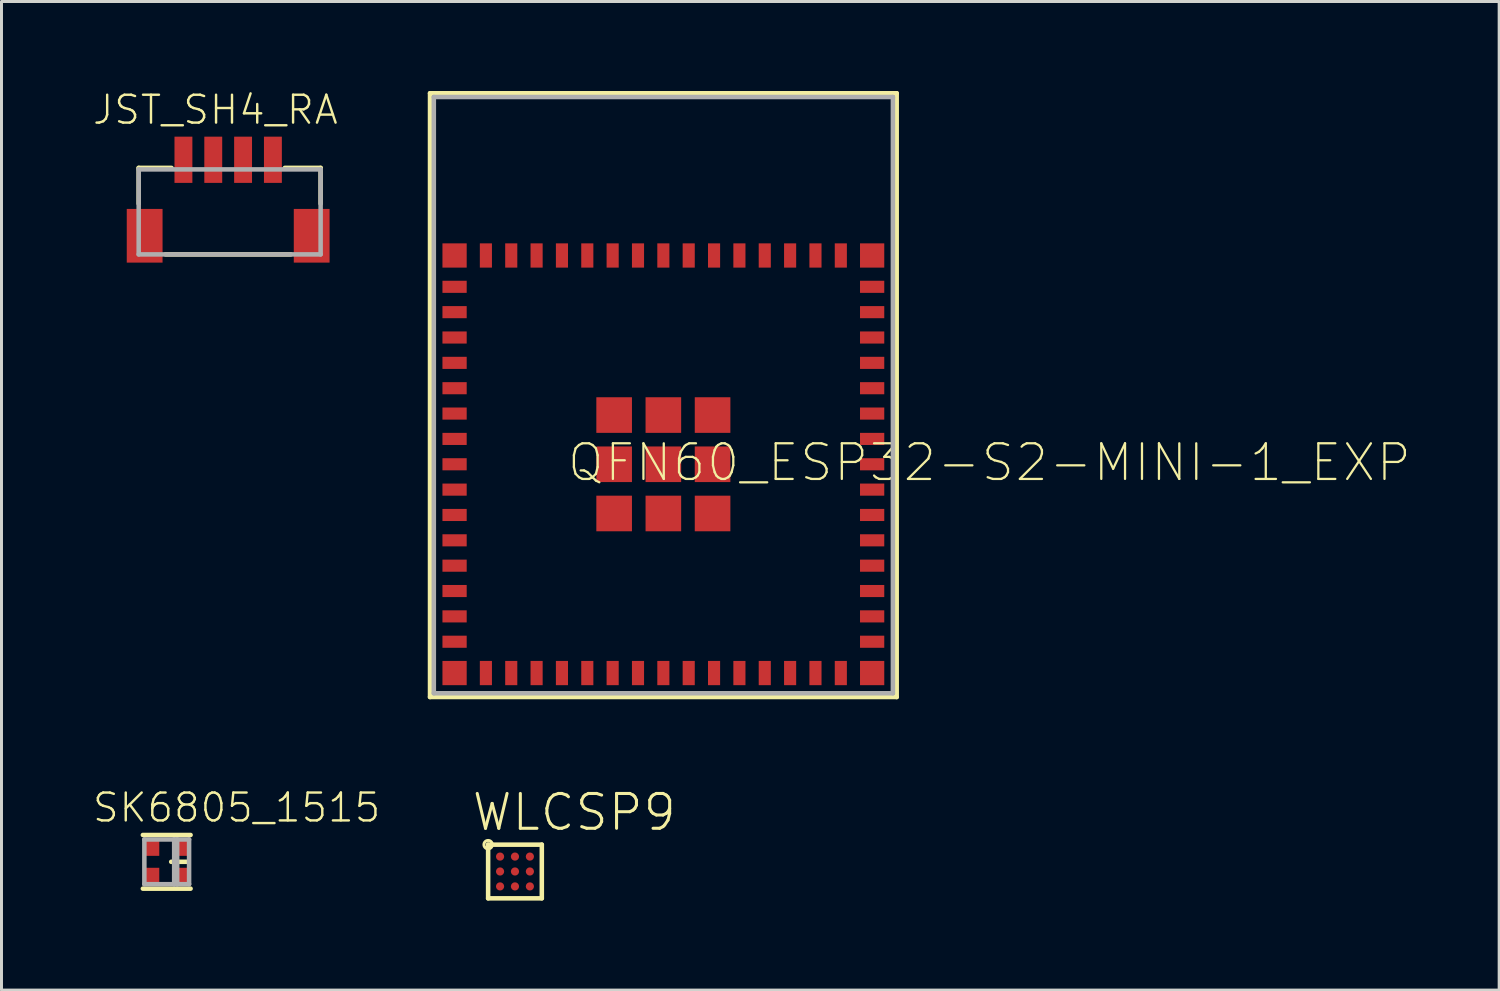
<source format=kicad_pcb>
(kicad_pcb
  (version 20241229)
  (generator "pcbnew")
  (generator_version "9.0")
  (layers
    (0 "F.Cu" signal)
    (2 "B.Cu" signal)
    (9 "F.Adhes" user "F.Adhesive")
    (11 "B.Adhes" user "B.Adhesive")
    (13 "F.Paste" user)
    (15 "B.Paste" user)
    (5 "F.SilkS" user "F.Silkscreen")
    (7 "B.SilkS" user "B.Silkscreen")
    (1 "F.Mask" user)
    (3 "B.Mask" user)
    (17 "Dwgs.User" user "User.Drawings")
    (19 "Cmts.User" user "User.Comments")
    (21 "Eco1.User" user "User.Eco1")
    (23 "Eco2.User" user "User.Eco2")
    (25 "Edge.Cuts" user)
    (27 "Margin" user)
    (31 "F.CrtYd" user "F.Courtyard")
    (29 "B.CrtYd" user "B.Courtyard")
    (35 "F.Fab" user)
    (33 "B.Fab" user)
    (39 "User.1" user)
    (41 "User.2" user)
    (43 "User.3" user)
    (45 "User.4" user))
  (footprint "SK6805_1515"
    (layer "F.Cu")
    (at 2.54 25.845)
    (property "Reference" "SK6805_1515" (at -2.54 -1.27 0) (unlocked yes) (layer "F.SilkS") (effects (font (size 0.935 0.935) (thickness 0.081)) (justify left bottom)))
    (fp_line (start -0.8 -0.9) (end 0.8 -0.9) (stroke (width 0.152) (type solid)) (layer "F.SilkS"))
    (fp_line (start -0.8 0.9) (end 0.8 0.9) (stroke (width 0.152) (type solid)) (layer "F.SilkS"))
    (fp_line (start 0.7 0) (end 0.15 0) (stroke (width 0.152) (type solid)) (layer "F.SilkS"))
    (fp_line (start -0.75 -0.75) (end 0.25 -0.75) (stroke (width 0.152) (type solid)) (layer "F.Fab"))
    (fp_line (start -0.75 0.75) (end -0.75 -0.75) (stroke (width 0.152) (type solid)) (layer "F.Fab"))
    (fp_line (start 0.25 -0.75) (end 0.25 0.75) (stroke (width 0.152) (type solid)) (layer "F.Fab"))
    (fp_line (start 0.25 0.75) (end -0.75 0.75) (stroke (width 0.152) (type solid)) (layer "F.Fab"))
    (fp_line (start 0.25 0.75) (end 0.35 0.75) (stroke (width 0.152) (type solid)) (layer "F.Fab"))
    (fp_line (start 0.35 -0.75) (end 0.25 -0.75) (stroke (width 0.152) (type solid)) (layer "F.Fab"))
    (fp_line (start 0.35 -0.75) (end 0.75 -0.75) (stroke (width 0.152) (type solid)) (layer "F.Fab"))
    (fp_line (start 0.35 0.75) (end 0.35 -0.75) (stroke (width 0.152) (type solid)) (layer "F.Fab"))
    (fp_line (start 0.75 -0.75) (end 0.75 0.75) (stroke (width 0.152) (type solid)) (layer "F.Fab"))
    (fp_line (start 0.75 0.75) (end 0.35 0.75) (stroke (width 0.152) (type solid)) (layer "F.Fab"))
    (pad "1" smd rect (at -0.5 0.45) (size 0.5 0.5) (layers "F.Cu" "F.Mask" "F.Paste"))
    (pad "2" smd rect (at 0.5 0.45) (size 0.5 0.5) (layers "F.Cu" "F.Mask" "F.Paste"))
    (pad "3" smd rect (at 0.5 -0.45) (size 0.5 0.5) (layers "F.Cu" "F.Mask" "F.Paste"))
    (pad "4" smd rect (at -0.5 -0.45) (size 0.5 0.5) (layers "F.Cu" "F.Mask" "F.Paste")))
  (footprint "WLCSP9"
    (layer "F.Cu")
    (at 14.216 26.169)
    (property "Reference" "WLCSP9" (at -1.5 -1.3 0) (unlocked yes) (layer "F.SilkS") (effects (font (size 1.168 1.168) (thickness 0.102)) (justify left bottom)))
    (fp_line (start -0.9 -0.9) (end 0.9 -0.9) (stroke (width 0.152) (type solid)) (layer "F.SilkS"))
    (fp_line (start -0.9 0.9) (end -0.9 -0.9) (stroke (width 0.152) (type solid)) (layer "F.SilkS"))
    (fp_line (start 0.9 -0.9) (end 0.9 0.9) (stroke (width 0.152) (type solid)) (layer "F.SilkS"))
    (fp_line (start 0.9 0.9) (end -0.9 0.9) (stroke (width 0.152) (type solid)) (layer "F.SilkS"))
    (fp_circle (center -0.9 -0.9) (end -0.759 -0.9) (stroke (width 0.1) (type solid)) (fill no) (layer "F.SilkS"))
    (pad "A1" smd roundrect (at -0.5 -0.5) (size 0.275 0.275) (layers "F.Cu" "F.Mask" "F.Paste") (roundrect_rratio 0.5))
    (pad "A2" smd roundrect (at 0 -0.5) (size 0.275 0.275) (layers "F.Cu" "F.Mask" "F.Paste") (roundrect_rratio 0.5))
    (pad "A3" smd roundrect (at 0.5 -0.5) (size 0.275 0.275) (layers "F.Cu" "F.Mask" "F.Paste") (roundrect_rratio 0.5))
    (pad "B1" smd roundrect (at -0.5 0) (size 0.275 0.275) (layers "F.Cu" "F.Mask" "F.Paste") (roundrect_rratio 0.5))
    (pad "B2" smd roundrect (at 0 0) (size 0.275 0.275) (layers "F.Cu" "F.Mask" "F.Paste") (roundrect_rratio 0.5))
    (pad "B3" smd roundrect (at 0.5 0) (size 0.275 0.275) (layers "F.Cu" "F.Mask" "F.Paste") (roundrect_rratio 0.5))
    (pad "C1" smd roundrect (at -0.5 0.5) (size 0.275 0.275) (layers "F.Cu" "F.Mask" "F.Paste") (roundrect_rratio 0.5))
    (pad "C2" smd roundrect (at 0 0.5) (size 0.275 0.275) (layers "F.Cu" "F.Mask" "F.Paste") (roundrect_rratio 0.5))
    (pad "C3" smd roundrect (at 0.5 0.5) (size 0.275 0.275) (layers "F.Cu" "F.Mask" "F.Paste") (roundrect_rratio 0.5)))
  (footprint "JST_SH4_RA"
    (layer "F.Cu")
    (at 4.6 3.993)
    (property "Reference" "JST_SH4_RA" (at -4.6 -2.814 0) (unlocked yes) (layer "F.SilkS") (effects (font (size 0.935 0.935) (thickness 0.081)) (justify left bottom)))
    (fp_line (start -3 -1.414) (end -1.9 -1.414) (stroke (width 0.152) (type solid)) (layer "F.SilkS"))
    (fp_line (start -3 -0.214) (end -3 -1.414) (stroke (width 0.152) (type solid)) (layer "F.SilkS"))
    (fp_line (start -2.1 1.486) (end 2.1 1.486) (stroke (width 0.152) (type solid)) (layer "F.SilkS"))
    (fp_line (start 1.9 -1.414) (end 3.1 -1.414) (stroke (width 0.152) (type solid)) (layer "F.SilkS"))
    (fp_line (start 3.1 -1.414) (end 3.1 -0.214) (stroke (width 0.152) (type solid)) (layer "F.SilkS"))
    (fp_line (start -3 -1.364) (end 3.1 -1.364) (stroke (width 0.152) (type solid)) (layer "F.Fab"))
    (fp_line (start -3 1.486) (end -3 -1.364) (stroke (width 0.152) (type solid)) (layer "F.Fab"))
    (fp_line (start 3.1 -1.364) (end 3.1 1.486) (stroke (width 0.152) (type solid)) (layer "F.Fab"))
    (fp_line (start 3.1 1.486) (end -3 1.486) (stroke (width 0.152) (type solid)) (layer "F.Fab"))
    (pad "1" smd rect (at 1.5 -1.686 270) (size 1.55 0.6) (layers "F.Cu" "F.Mask" "F.Paste"))
    (pad "2" smd rect (at 0.5 -1.686 270) (size 1.55 0.6) (layers "F.Cu" "F.Mask" "F.Paste"))
    (pad "3" smd rect (at -0.5 -1.686 270) (size 1.55 0.6) (layers "F.Cu" "F.Mask" "F.Paste"))
    (pad "4" smd rect (at -1.5 -1.686 270) (size 1.55 0.6) (layers "F.Cu" "F.Mask" "F.Paste"))
    (pad "MT1" smd rect (at -2.8 0.862 90) (size 1.8 1.2) (layers "F.Cu" "F.Mask" "F.Paste"))
    (pad "MT2" smd rect (at 2.8 0.862 90) (size 1.8 1.2) (layers "F.Cu" "F.Mask" "F.Paste")))
  (footprint "QFN60_ESP32-S2-MINI-1_EXP"
    (layer "F.Cu")
    (at 19.191 10.211)
    (property "Reference" "QFN60_ESP32-S2-MINI-1_EXP" (at -3.277 2.946 0) (unlocked yes) (layer "F.SilkS") (effects (font (size 1.194 1.194) (thickness 0.076)) (justify left bottom)))
    (fp_line (start -7.823 -10.135) (end -7.823 10.109) (stroke (width 0.152) (type solid)) (layer "F.SilkS"))
    (fp_line (start -7.823 10.109) (end 7.823 10.109) (stroke (width 0.152) (type solid)) (layer "F.SilkS"))
    (fp_line (start 7.823 -10.135) (end -7.823 -10.135) (stroke (width 0.152) (type solid)) (layer "F.SilkS"))
    (fp_line (start 7.823 10.109) (end 7.823 -10.135) (stroke (width 0.152) (type solid)) (layer "F.SilkS"))
    (fp_line (start -7.696 -10.008) (end -7.696 9.982) (stroke (width 0.152) (type solid)) (layer "F.Fab"))
    (fp_line (start -7.696 9.982) (end 7.696 9.982) (stroke (width 0.152) (type solid)) (layer "F.Fab"))
    (fp_line (start 7.696 -10.008) (end -7.696 -10.008) (stroke (width 0.152) (type solid)) (layer "F.Fab"))
    (fp_line (start 7.696 9.982) (end 7.696 -10.008) (stroke (width 0.152) (type solid)) (layer "F.Fab"))
    (pad "1" smd rect (at -7 -3.645) (size 0.813 0.406) (layers "F.Cu" "F.Mask" "F.Paste"))
    (pad "2" smd rect (at -7 -2.795) (size 0.813 0.406) (layers "F.Cu" "F.Mask" "F.Paste"))
    (pad "3" smd rect (at -7 -1.945) (size 0.813 0.406) (layers "F.Cu" "F.Mask" "F.Paste"))
    (pad "4" smd rect (at -7 -1.095) (size 0.813 0.406) (layers "F.Cu" "F.Mask" "F.Paste"))
    (pad "5" smd rect (at -7 -0.245) (size 0.813 0.406) (layers "F.Cu" "F.Mask" "F.Paste"))
    (pad "6" smd rect (at -7 0.605) (size 0.813 0.406) (layers "F.Cu" "F.Mask" "F.Paste"))
    (pad "7" smd rect (at -7 1.455) (size 0.813 0.406) (layers "F.Cu" "F.Mask" "F.Paste"))
    (pad "8" smd rect (at -7 2.305) (size 0.813 0.406) (layers "F.Cu" "F.Mask" "F.Paste"))
    (pad "9" smd rect (at -7 3.155) (size 0.813 0.406) (layers "F.Cu" "F.Mask" "F.Paste"))
    (pad "10" smd rect (at -7 4.005) (size 0.813 0.406) (layers "F.Cu" "F.Mask" "F.Paste"))
    (pad "11" smd rect (at -7 4.855) (size 0.813 0.406) (layers "F.Cu" "F.Mask" "F.Paste"))
    (pad "12" smd rect (at -7 5.705) (size 0.813 0.406) (layers "F.Cu" "F.Mask" "F.Paste"))
    (pad "13" smd rect (at -7 6.555) (size 0.813 0.406) (layers "F.Cu" "F.Mask" "F.Paste"))
    (pad "14" smd rect (at -7 7.405) (size 0.813 0.406) (layers "F.Cu" "F.Mask" "F.Paste"))
    (pad "15" smd rect (at -7 8.255) (size 0.813 0.406) (layers "F.Cu" "F.Mask" "F.Paste"))
    (pad "16" smd rect (at -5.95 9.305 90) (size 0.813 0.406) (layers "F.Cu" "F.Mask" "F.Paste"))
    (pad "17" smd rect (at -5.1 9.305 90) (size 0.813 0.406) (layers "F.Cu" "F.Mask" "F.Paste"))
    (pad "18" smd rect (at -4.25 9.305 90) (size 0.813 0.406) (layers "F.Cu" "F.Mask" "F.Paste"))
    (pad "19" smd rect (at -3.4 9.305 90) (size 0.813 0.406) (layers "F.Cu" "F.Mask" "F.Paste"))
    (pad "20" smd rect (at -2.55 9.305 90) (size 0.813 0.406) (layers "F.Cu" "F.Mask" "F.Paste"))
    (pad "21" smd rect (at -1.7 9.305 90) (size 0.813 0.406) (layers "F.Cu" "F.Mask" "F.Paste"))
    (pad "22" smd rect (at -0.85 9.305 90) (size 0.813 0.406) (layers "F.Cu" "F.Mask" "F.Paste"))
    (pad "23" smd rect (at 0 9.305 90) (size 0.813 0.406) (layers "F.Cu" "F.Mask" "F.Paste"))
    (pad "24" smd rect (at 0.85 9.305 90) (size 0.813 0.406) (layers "F.Cu" "F.Mask" "F.Paste"))
    (pad "25" smd rect (at 1.7 9.305 90) (size 0.813 0.406) (layers "F.Cu" "F.Mask" "F.Paste"))
    (pad "26" smd rect (at 2.55 9.305 90) (size 0.813 0.406) (layers "F.Cu" "F.Mask" "F.Paste"))
    (pad "27" smd rect (at 3.4 9.305 90) (size 0.813 0.406) (layers "F.Cu" "F.Mask" "F.Paste"))
    (pad "28" smd rect (at 4.25 9.305 90) (size 0.813 0.406) (layers "F.Cu" "F.Mask" "F.Paste"))
    (pad "29" smd rect (at 5.1 9.305 90) (size 0.813 0.406) (layers "F.Cu" "F.Mask" "F.Paste"))
    (pad "30" smd rect (at 5.95 9.305 90) (size 0.813 0.406) (layers "F.Cu" "F.Mask" "F.Paste"))
    (pad "31" smd rect (at 7 8.255) (size 0.813 0.406) (layers "F.Cu" "F.Mask" "F.Paste"))
    (pad "32" smd rect (at 7 7.405) (size 0.813 0.406) (layers "F.Cu" "F.Mask" "F.Paste"))
    (pad "33" smd rect (at 7 6.555) (size 0.813 0.406) (layers "F.Cu" "F.Mask" "F.Paste"))
    (pad "34" smd rect (at 7 5.705) (size 0.813 0.406) (layers "F.Cu" "F.Mask" "F.Paste"))
    (pad "35" smd rect (at 7 4.855) (size 0.813 0.406) (layers "F.Cu" "F.Mask" "F.Paste"))
    (pad "36" smd rect (at 7 4.005) (size 0.813 0.406) (layers "F.Cu" "F.Mask" "F.Paste"))
    (pad "37" smd rect (at 7 3.155) (size 0.813 0.406) (layers "F.Cu" "F.Mask" "F.Paste"))
    (pad "38" smd rect (at 7 2.305) (size 0.813 0.406) (layers "F.Cu" "F.Mask" "F.Paste"))
    (pad "39" smd rect (at 7 1.455) (size 0.813 0.406) (layers "F.Cu" "F.Mask" "F.Paste"))
    (pad "40" smd rect (at 7 0.605) (size 0.813 0.406) (layers "F.Cu" "F.Mask" "F.Paste"))
    (pad "41" smd rect (at 7 -0.245) (size 0.813 0.406) (layers "F.Cu" "F.Mask" "F.Paste"))
    (pad "42" smd rect (at 7 -1.095) (size 0.813 0.406) (layers "F.Cu" "F.Mask" "F.Paste"))
    (pad "43" smd rect (at 7 -1.945) (size 0.813 0.406) (layers "F.Cu" "F.Mask" "F.Paste"))
    (pad "44" smd rect (at 7 -2.795) (size 0.813 0.406) (layers "F.Cu" "F.Mask" "F.Paste"))
    (pad "45" smd rect (at 7 -3.645) (size 0.813 0.406) (layers "F.Cu" "F.Mask" "F.Paste"))
    (pad "46" smd rect (at 5.95 -4.695 90) (size 0.813 0.406) (layers "F.Cu" "F.Mask" "F.Paste"))
    (pad "47" smd rect (at 5.1 -4.695 90) (size 0.813 0.406) (layers "F.Cu" "F.Mask" "F.Paste"))
    (pad "48" smd rect (at 4.25 -4.695 90) (size 0.813 0.406) (layers "F.Cu" "F.Mask" "F.Paste"))
    (pad "49" smd rect (at 3.4 -4.695 90) (size 0.813 0.406) (layers "F.Cu" "F.Mask" "F.Paste"))
    (pad "50" smd rect (at 2.55 -4.695 90) (size 0.813 0.406) (layers "F.Cu" "F.Mask" "F.Paste"))
    (pad "51" smd rect (at 1.7 -4.695 90) (size 0.813 0.406) (layers "F.Cu" "F.Mask" "F.Paste"))
    (pad "52" smd rect (at 0.85 -4.695 90) (size 0.813 0.406) (layers "F.Cu" "F.Mask" "F.Paste"))
    (pad "53" smd rect (at 0 -4.695 90) (size 0.813 0.406) (layers "F.Cu" "F.Mask" "F.Paste"))
    (pad "54" smd rect (at -0.85 -4.695 90) (size 0.813 0.406) (layers "F.Cu" "F.Mask" "F.Paste"))
    (pad "55" smd rect (at -1.7 -4.695 90) (size 0.813 0.406) (layers "F.Cu" "F.Mask" "F.Paste"))
    (pad "56" smd rect (at -2.55 -4.695 90) (size 0.813 0.406) (layers "F.Cu" "F.Mask" "F.Paste"))
    (pad "57" smd rect (at -3.4 -4.695 90) (size 0.813 0.406) (layers "F.Cu" "F.Mask" "F.Paste"))
    (pad "58" smd rect (at -4.25 -4.695 90) (size 0.813 0.406) (layers "F.Cu" "F.Mask" "F.Paste"))
    (pad "59" smd rect (at -5.1 -4.695 90) (size 0.813 0.406) (layers "F.Cu" "F.Mask" "F.Paste"))
    (pad "60" smd rect (at -5.95 -4.695 90) (size 0.813 0.406) (layers "F.Cu" "F.Mask" "F.Paste"))
    (pad "61" smd rect (at 0 2.305) (size 1.194 1.194) (layers "F.Cu" "F.Mask" "F.Paste"))
    (pad "62" smd rect (at -7 -4.695 90) (size 0.813 0.813) (layers "F.Cu" "F.Mask" "F.Paste"))
    (pad "63" smd rect (at -7 9.305 90) (size 0.813 0.813) (layers "F.Cu" "F.Mask" "F.Paste"))
    (pad "64" smd rect (at 7 9.305 90) (size 0.813 0.813) (layers "F.Cu" "F.Mask" "F.Paste"))
    (pad "65" smd rect (at 7 -4.695 90) (size 0.813 0.813) (layers "F.Cu" "F.Mask" "F.Paste"))
    (pad "66" smd rect (at -1.65 0.655) (size 1.194 1.194) (layers "F.Cu" "F.Mask" "F.Paste"))
    (pad "67" smd rect (at 0 0.655) (size 1.194 1.194) (layers "F.Cu" "F.Mask" "F.Paste"))
    (pad "68" smd rect (at 1.65 0.655) (size 1.194 1.194) (layers "F.Cu" "F.Mask" "F.Paste"))
    (pad "69" smd rect (at -1.65 2.305) (size 1.194 1.194) (layers "F.Cu" "F.Mask" "F.Paste"))
    (pad "70" smd rect (at 1.65 2.305) (size 1.194 1.194) (layers "F.Cu" "F.Mask" "F.Paste"))
    (pad "71" smd rect (at -1.65 3.955) (size 1.194 1.194) (layers "F.Cu" "F.Mask" "F.Paste"))
    (pad "72" smd rect (at 0 3.955) (size 1.194 1.194) (layers "F.Cu" "F.Mask" "F.Paste"))
    (pad "73" smd rect (at 1.65 3.955) (size 1.194 1.194) (layers "F.Cu" "F.Mask" "F.Paste")))
  (gr_rect
    (start -3 -3)
    (end 47.214 30.146)
    (stroke (width 0.1) (type default))
    (fill no)
    (layer "Edge.Cuts")))
</source>
